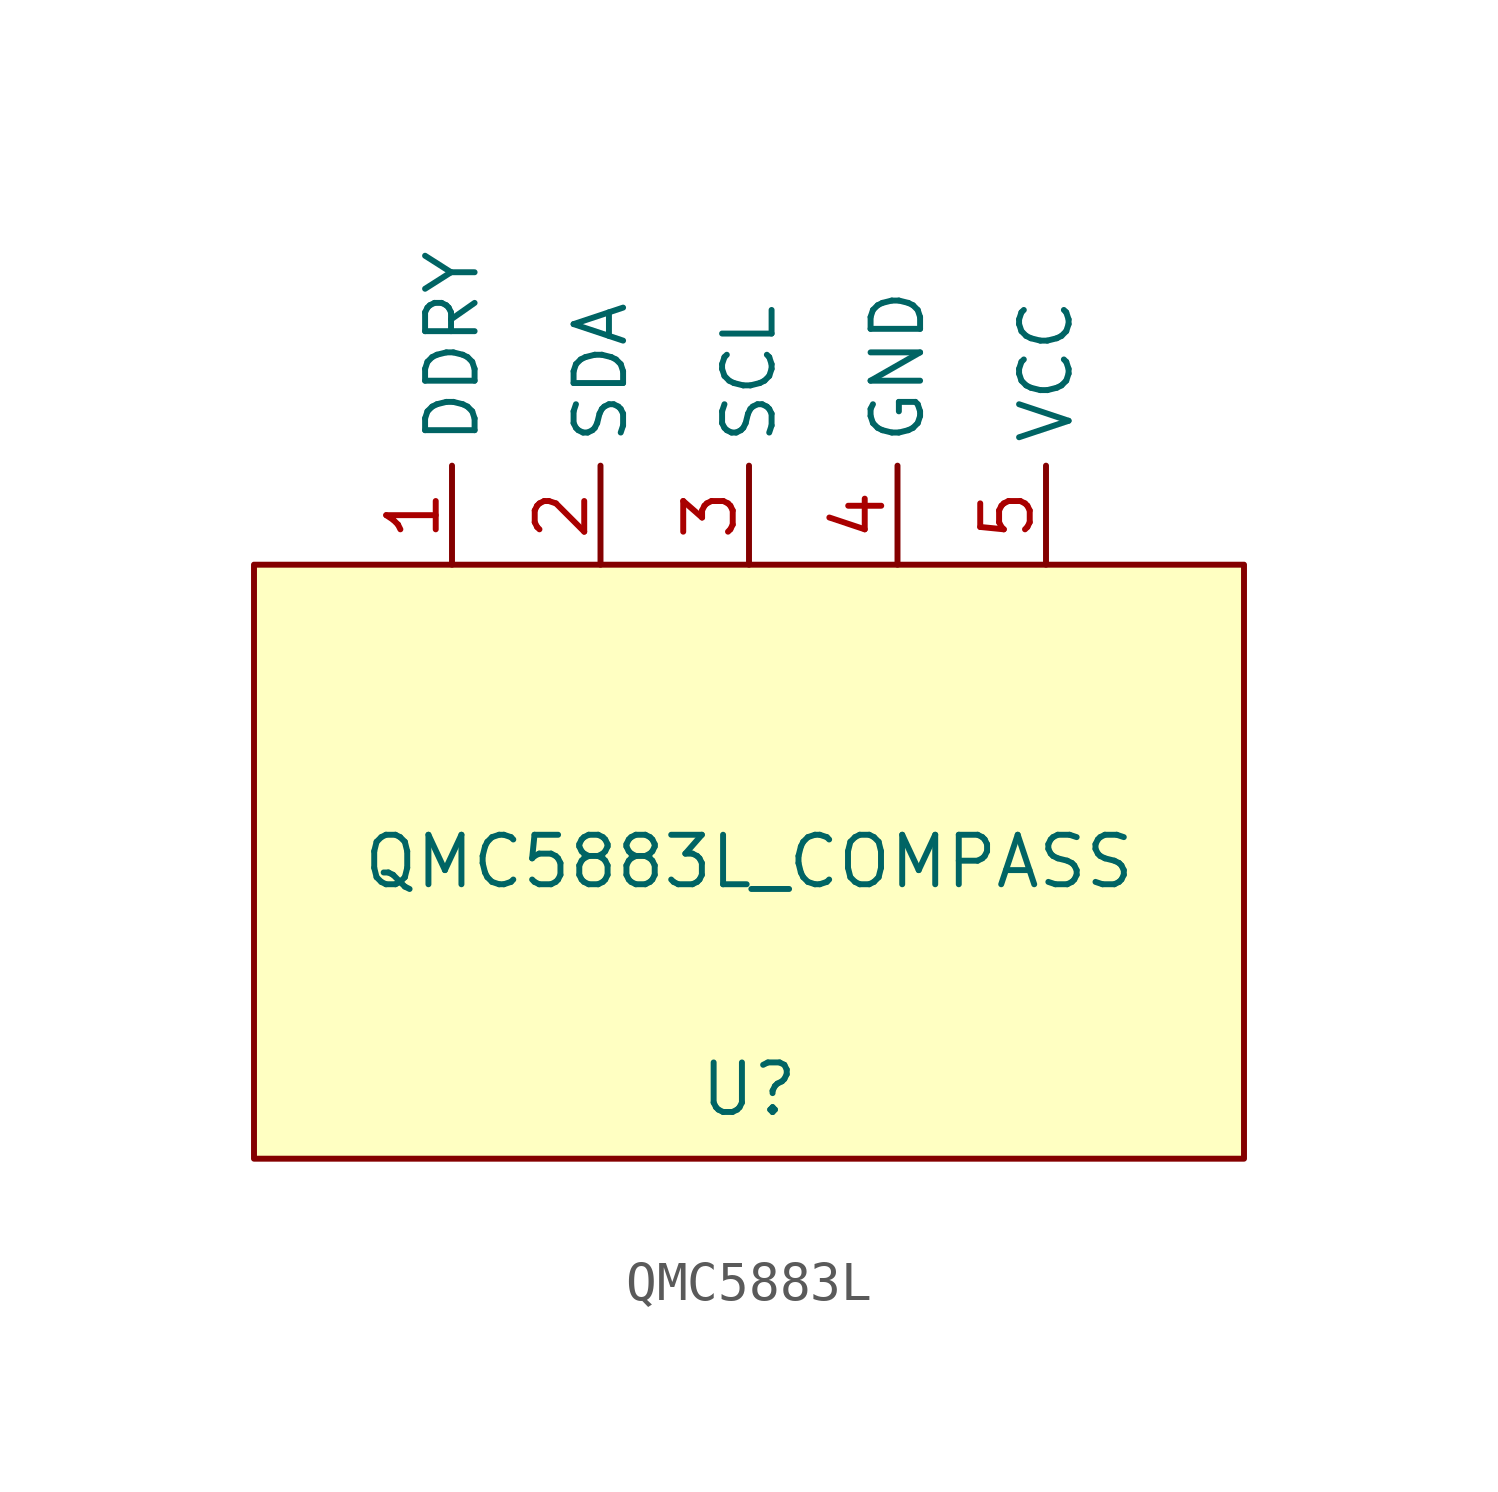
<source format=kicad_sym>
(kicad_symbol_lib
  (version 20241209)
  (generator "kicad_symbol_editor")
  (generator_version "9.0")
  (symbol "QMC5883L"
    (property "Reference" "U"
      (at 0 -5.842 0)
      (effects (font (size 1.27 1.27))))
    (property "Value" "QMC5883L_COMPASS"
      (at 0 0 0)
      (effects (font (size 1.27 1.27))))
    (symbol "QMC5883L_1_1"
      (rectangle (start -12.7 7.62) (end 12.7 -7.62) (stroke (width 0) (type solid)) (fill (type background)))
      (pin input line (at -7.62 7.62 90) (length 2.54) (name "DDRY" (effects (font (size 1.27 1.27)))) (number "1" (effects (font (size 1.27 1.27)))))
      (pin input line (at -3.81 7.62 90) (length 2.54) (name "SDA" (effects (font (size 1.27 1.27)))) (number "2" (effects (font (size 1.27 1.27)))))
      (pin input line (at 0 7.62 90) (length 2.54) (name "SCL" (effects (font (size 1.27 1.27)))) (number "3" (effects (font (size 1.27 1.27)))))
      (pin input line (at 3.81 7.62 90) (length 2.54) (name "GND" (effects (font (size 1.27 1.27)))) (number "4" (effects (font (size 1.27 1.27)))))
      (pin input line (at 7.62 7.62 90) (length 2.54) (name "VCC" (effects (font (size 1.27 1.27)))) (number "5" (effects (font (size 1.27 1.27))))))))
</source>
